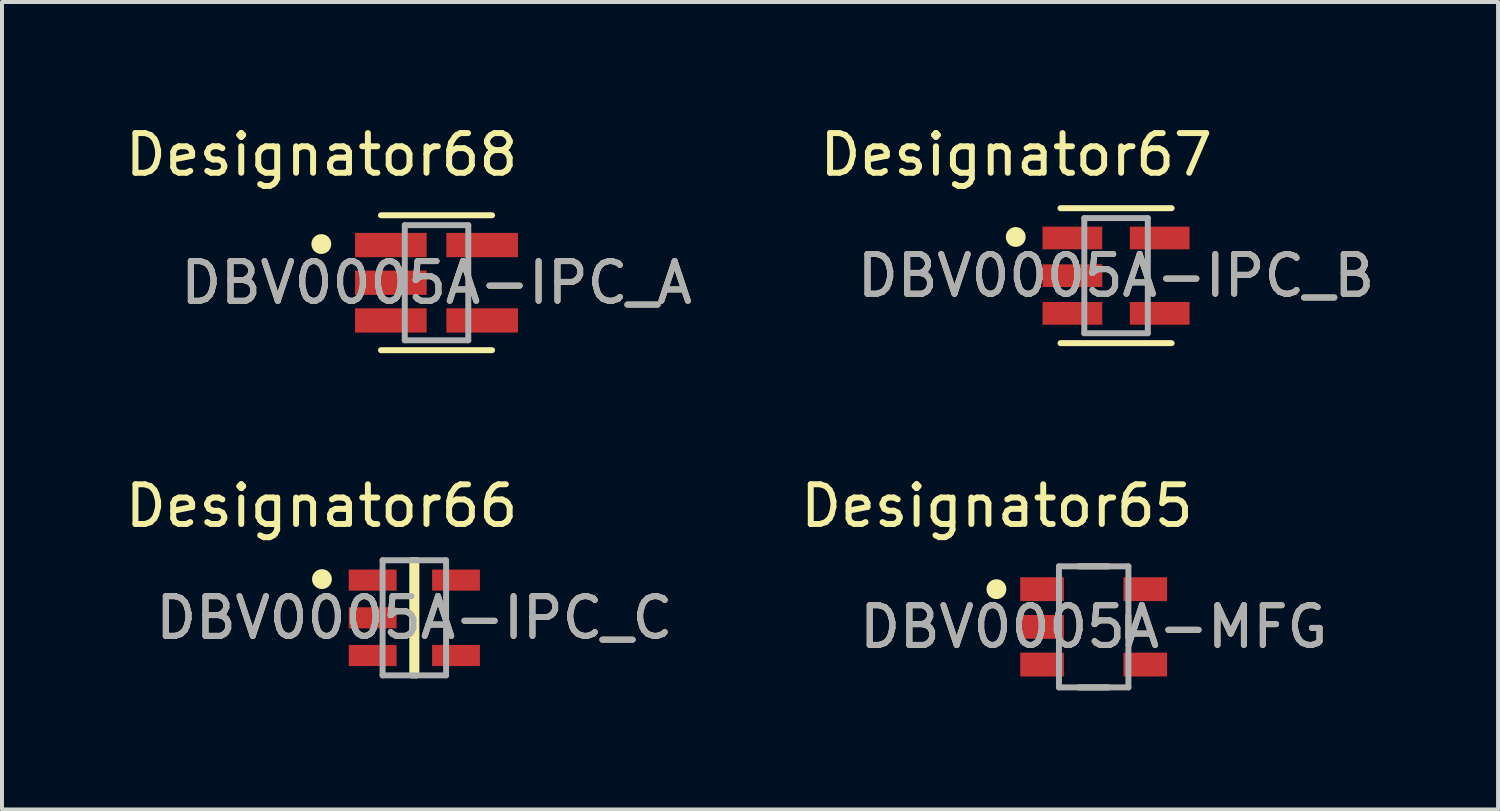
<source format=kicad_pcb>
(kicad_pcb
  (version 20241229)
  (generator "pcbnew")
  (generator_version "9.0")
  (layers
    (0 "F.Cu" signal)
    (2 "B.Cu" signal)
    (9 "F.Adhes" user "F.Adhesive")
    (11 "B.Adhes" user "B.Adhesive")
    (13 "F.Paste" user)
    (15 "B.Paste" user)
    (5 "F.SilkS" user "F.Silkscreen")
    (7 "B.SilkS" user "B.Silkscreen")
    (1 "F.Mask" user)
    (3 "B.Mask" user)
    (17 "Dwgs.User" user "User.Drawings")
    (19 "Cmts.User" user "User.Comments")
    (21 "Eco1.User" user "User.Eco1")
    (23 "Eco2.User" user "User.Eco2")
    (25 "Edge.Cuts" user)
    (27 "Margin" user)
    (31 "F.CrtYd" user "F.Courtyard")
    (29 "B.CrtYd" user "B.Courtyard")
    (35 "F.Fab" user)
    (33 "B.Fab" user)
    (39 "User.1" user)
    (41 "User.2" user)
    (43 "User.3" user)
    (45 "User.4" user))
  (footprint "DBV0005A-IPC_B"
    (layer "F.Cu")
    (at 25.071 3.896)
    (property "Reference" "DBV0005A-IPC_B" (at 0 0 0) (unlocked yes) (layer "F.SilkS") (effects (font (size 1 1) (thickness 0.15))))
    (attr smd)
    (fp_line (start -1.4 -1.7) (end 1.4 -1.7) (stroke (width 0.15) (type solid)) (layer "F.SilkS"))
    (fp_line (start -1.4 1.7) (end 1.4 1.7) (stroke (width 0.15) (type solid)) (layer "F.SilkS"))
    (fp_circle (center -2.528 -0.975) (end -2.403 -0.975) (stroke (width 0.25) (type solid)) (fill no) (layer "F.SilkS"))
    (fp_line (start -0.8 -1.45) (end 0.8 -1.45) (stroke (width 0.15) (type solid)) (layer "F.Fab"))
    (fp_line (start -0.8 1.45) (end -0.8 -1.45) (stroke (width 0.15) (type solid)) (layer "F.Fab"))
    (fp_line (start -0.8 1.45) (end 0.8 1.45) (stroke (width 0.15) (type solid)) (layer "F.Fab"))
    (fp_line (start 0.8 1.45) (end 0.8 -1.45) (stroke (width 0.15) (type solid)) (layer "F.Fab"))
    (fp_text user "Designator67" (at -2.515 -3.048 0) (unlocked yes) (layer "F.SilkS") (effects (font (size 1 1) (thickness 0.15))))
    (fp_text user "${REFERENCE}" (at 0 0 0) (unlocked yes) (layer "F.Fab") (effects (font (size 1 1) (thickness 0.15))))
    (pad "1" smd rect (at -1.1 -0.95) (size 1.505 0.572) (layers "F.Cu" "F.Mask" "F.Paste"))
    (pad "2" smd rect (at -1.1 0) (size 1.505 0.572) (layers "F.Cu" "F.Mask" "F.Paste"))
    (pad "3" smd rect (at -1.1 0.95) (size 1.505 0.572) (layers "F.Cu" "F.Mask" "F.Paste"))
    (pad "4" smd rect (at 1.1 0.95) (size 1.505 0.572) (layers "F.Cu" "F.Mask" "F.Paste"))
    (pad "5" smd rect (at 1.1 -0.95) (size 1.505 0.572) (layers "F.Cu" "F.Mask" "F.Paste")))
  (footprint "DBV0005A-MFG"
    (layer "F.Cu")
    (at 24.507 12.745)
    (property "Reference" "DBV0005A-MFG" (at 0 0 0) (unlocked yes) (layer "F.SilkS") (effects (font (size 1 1) (thickness 0.15))))
    (attr smd)
    (fp_line (start -0.375 -1.525) (end 0.375 -1.525) (stroke (width 0.15) (type solid)) (layer "F.SilkS"))
    (fp_line (start -0.375 1.525) (end 0.375 1.525) (stroke (width 0.15) (type solid)) (layer "F.SilkS"))
    (fp_line (start 0.875 0.275) (end 0.875 -0.275) (stroke (width 0.15) (type solid)) (layer "F.SilkS"))
    (fp_circle (center -2.45 -0.95) (end -2.325 -0.95) (stroke (width 0.25) (type solid)) (fill no) (layer "F.SilkS"))
    (fp_line (start -0.875 -1.525) (end 0.875 -1.525) (stroke (width 0.15) (type solid)) (layer "F.Fab"))
    (fp_line (start -0.875 1.525) (end -0.875 -1.525) (stroke (width 0.15) (type solid)) (layer "F.Fab"))
    (fp_line (start -0.875 1.525) (end 0.875 1.525) (stroke (width 0.15) (type solid)) (layer "F.Fab"))
    (fp_line (start 0.875 1.525) (end 0.875 -1.525) (stroke (width 0.15) (type solid)) (layer "F.Fab"))
    (fp_text user "Designator65" (at -2.438 -3.048 0) (unlocked yes) (layer "F.SilkS") (effects (font (size 1 1) (thickness 0.15))))
    (fp_text user "${REFERENCE}" (at 0 0 0) (unlocked yes) (layer "F.Fab") (effects (font (size 1 1) (thickness 0.15))))
    (pad "1" smd rect (at -1.3 -0.95) (size 1.1 0.6) (layers "F.Cu" "F.Mask" "F.Paste"))
    (pad "2" smd rect (at -1.3 0) (size 1.1 0.6) (layers "F.Cu" "F.Mask" "F.Paste"))
    (pad "3" smd rect (at -1.3 0.95) (size 1.1 0.6) (layers "F.Cu" "F.Mask" "F.Paste"))
    (pad "4" smd rect (at 1.3 0.95) (size 1.1 0.6) (layers "F.Cu" "F.Mask" "F.Paste"))
    (pad "5" smd rect (at 1.3 -0.95) (size 1.1 0.6) (layers "F.Cu" "F.Mask" "F.Paste")))
  (footprint "DBV0005A-IPC_C"
    (layer "F.Cu")
    (at 7.39 12.517)
    (property "Reference" "DBV0005A-IPC_C" (at 0 0 0) (unlocked yes) (layer "F.SilkS") (effects (font (size 1 1) (thickness 0.15))))
    (attr smd)
    (fp_line (start -0.052 -1.45) (end 0.052 -1.45) (stroke (width 0.15) (type solid)) (layer "F.SilkS"))
    (fp_line (start -0.052 1.45) (end -0.052 -1.45) (stroke (width 0.15) (type solid)) (layer "F.SilkS"))
    (fp_line (start -0.052 1.45) (end 0.052 1.45) (stroke (width 0.15) (type solid)) (layer "F.SilkS"))
    (fp_line (start 0.052 1.45) (end 0.052 -1.45) (stroke (width 0.15) (type solid)) (layer "F.SilkS"))
    (fp_circle (center -2.328 -0.975) (end -2.203 -0.975) (stroke (width 0.25) (type solid)) (fill no) (layer "F.SilkS"))
    (fp_line (start -0.8 -1.45) (end 0.8 -1.45) (stroke (width 0.15) (type solid)) (layer "F.Fab"))
    (fp_line (start -0.8 1.45) (end -0.8 -1.45) (stroke (width 0.15) (type solid)) (layer "F.Fab"))
    (fp_line (start -0.8 1.45) (end 0.8 1.45) (stroke (width 0.15) (type solid)) (layer "F.Fab"))
    (fp_line (start 0.8 1.45) (end 0.8 -1.45) (stroke (width 0.15) (type solid)) (layer "F.Fab"))
    (fp_text user "Designator66" (at -2.337 -2.819 0) (unlocked yes) (layer "F.SilkS") (effects (font (size 1 1) (thickness 0.15))))
    (fp_text user "${REFERENCE}" (at 0 0 0) (unlocked yes) (layer "F.Fab") (effects (font (size 1 1) (thickness 0.15))))
    (pad "1" smd rect (at -1.05 -0.95) (size 1.205 0.532) (layers "F.Cu" "F.Mask" "F.Paste"))
    (pad "2" smd rect (at -1.05 0) (size 1.205 0.532) (layers "F.Cu" "F.Mask" "F.Paste"))
    (pad "3" smd rect (at -1.05 0.95) (size 1.205 0.532) (layers "F.Cu" "F.Mask" "F.Paste"))
    (pad "4" smd rect (at 1.05 0.95) (size 1.205 0.532) (layers "F.Cu" "F.Mask" "F.Paste"))
    (pad "5" smd rect (at 1.05 -0.95) (size 1.205 0.532) (layers "F.Cu" "F.Mask" "F.Paste")))
  (footprint "DBV0005A-IPC_A"
    (layer "F.Cu")
    (at 7.949 4.074)
    (property "Reference" "DBV0005A-IPC_A" (at 0 0 0) (unlocked yes) (layer "F.SilkS") (effects (font (size 1 1) (thickness 0.15))))
    (attr smd)
    (fp_line (start -1.4 -1.7) (end 1.4 -1.7) (stroke (width 0.15) (type solid)) (layer "F.SilkS"))
    (fp_line (start -1.4 1.7) (end 1.4 1.7) (stroke (width 0.15) (type solid)) (layer "F.SilkS"))
    (fp_circle (center -2.903 -0.975) (end -2.778 -0.975) (stroke (width 0.25) (type solid)) (fill no) (layer "F.SilkS"))
    (fp_line (start -0.8 -1.45) (end 0.8 -1.45) (stroke (width 0.15) (type solid)) (layer "F.Fab"))
    (fp_line (start -0.8 1.45) (end -0.8 -1.45) (stroke (width 0.15) (type solid)) (layer "F.Fab"))
    (fp_line (start -0.8 1.45) (end 0.8 1.45) (stroke (width 0.15) (type solid)) (layer "F.Fab"))
    (fp_line (start 0.8 1.45) (end 0.8 -1.45) (stroke (width 0.15) (type solid)) (layer "F.Fab"))
    (fp_text user "Designator68" (at -2.896 -3.226 0) (unlocked yes) (layer "F.SilkS") (effects (font (size 1 1) (thickness 0.15))))
    (fp_text user "${REFERENCE}" (at 0 0 0) (unlocked yes) (layer "F.Fab") (effects (font (size 1 1) (thickness 0.15))))
    (pad "1" smd rect (at -1.15 -0.95) (size 1.805 0.612) (layers "F.Cu" "F.Mask" "F.Paste"))
    (pad "2" smd rect (at -1.15 0) (size 1.805 0.612) (layers "F.Cu" "F.Mask" "F.Paste"))
    (pad "3" smd rect (at -1.15 0.95) (size 1.805 0.612) (layers "F.Cu" "F.Mask" "F.Paste"))
    (pad "4" smd rect (at 1.15 0.95) (size 1.805 0.612) (layers "F.Cu" "F.Mask" "F.Paste"))
    (pad "5" smd rect (at 1.15 -0.95) (size 1.805 0.612) (layers "F.Cu" "F.Mask" "F.Paste")))
  (gr_rect
    (start -3 -3)
    (end 34.696 17.345)
    (stroke (width 0.1) (type default))
    (fill no)
    (layer "Edge.Cuts")))
</source>
